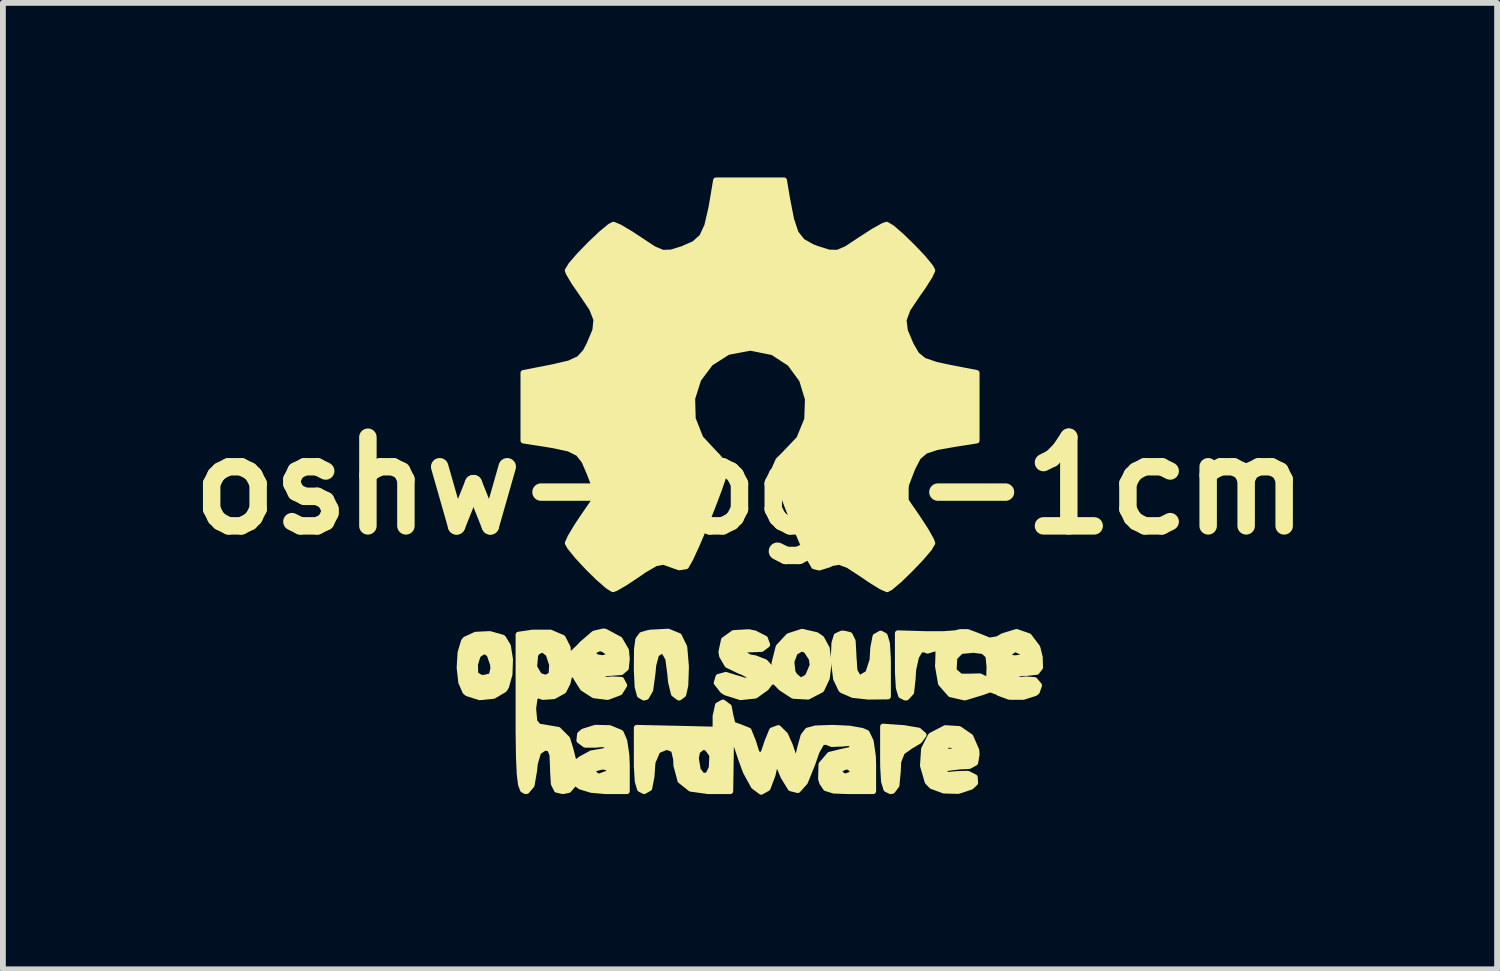
<source format=kicad_pcb>
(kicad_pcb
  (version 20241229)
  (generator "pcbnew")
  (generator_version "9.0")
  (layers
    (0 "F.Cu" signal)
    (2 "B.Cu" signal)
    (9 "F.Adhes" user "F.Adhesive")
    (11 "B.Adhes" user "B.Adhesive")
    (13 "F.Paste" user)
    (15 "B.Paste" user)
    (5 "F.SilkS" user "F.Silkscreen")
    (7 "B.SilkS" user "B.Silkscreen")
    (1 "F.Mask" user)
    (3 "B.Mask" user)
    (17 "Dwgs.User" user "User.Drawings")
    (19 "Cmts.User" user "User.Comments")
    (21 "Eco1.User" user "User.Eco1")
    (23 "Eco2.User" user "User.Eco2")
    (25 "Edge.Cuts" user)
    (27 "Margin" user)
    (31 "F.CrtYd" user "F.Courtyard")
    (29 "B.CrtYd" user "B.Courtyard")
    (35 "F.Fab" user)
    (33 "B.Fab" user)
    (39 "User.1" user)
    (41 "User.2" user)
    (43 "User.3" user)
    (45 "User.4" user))
  (footprint "oshw-logo-1cm"
    (layer "F.Cu")
    (at 9.841 5.299)
    (property "Reference" "oshw-logo-1cm" (at 0 0 0) (layer "F.SilkS") (effects (font (size 1.524 1.524) (thickness 0.3))))
    (attr through_hole)
    (fp_poly (pts (xy 2.984 4.283) (xy 2.906 4.387) (xy 2.763 4.471) (xy 2.612 4.578) (xy 2.549 4.739) (xy 2.54 4.915) (xy 2.518 5.149) (xy 2.447 5.244) (xy 2.413 5.249) (xy 2.342 5.213) (xy 2.302 5.082) (xy 2.287 4.826) (xy 2.286 4.694) (xy 2.286 4.139) (xy 2.646 4.165) (xy 2.897 4.207) (xy 2.984 4.283)) (stroke (width 0.1) (type solid)) (fill yes) (layer "F.SilkS"))
    (fp_poly (pts (xy 2.371 3.621) (xy 2.033 3.625) (xy 1.769 3.596) (xy 1.581 3.515) (xy 1.567 3.502) (xy 1.478 3.317) (xy 1.44 3.012) (xy 1.439 2.957) (xy 1.449 2.706) (xy 1.487 2.581) (xy 1.573 2.541) (xy 1.609 2.54) (xy 1.714 2.565) (xy 1.765 2.668) (xy 1.778 2.894) (xy 1.778 2.921) (xy 1.797 3.18) (xy 1.859 3.293) (xy 1.896 3.302) (xy 2.03 3.224) (xy 2.104 2.997) (xy 2.117 2.787) (xy 2.155 2.591) (xy 2.244 2.54) (xy 2.315 2.577) (xy 2.355 2.71) (xy 2.37 2.97) (xy 2.371 3.08) (xy 2.371 3.621)) (stroke (width 0.1) (type solid)) (fill yes) (layer "F.SilkS"))
    (fp_poly (pts (xy -1.101 3.13) (xy -1.111 3.429) (xy -1.147 3.589) (xy -1.215 3.64) (xy -1.223 3.641) (xy -1.309 3.576) (xy -1.359 3.37) (xy -1.371 3.239) (xy -1.406 2.973) (xy -1.474 2.851) (xy -1.524 2.836) (xy -1.612 2.894) (xy -1.662 3.082) (xy -1.677 3.239) (xy -1.714 3.509) (xy -1.784 3.63) (xy -1.825 3.641) (xy -1.895 3.599) (xy -1.933 3.455) (xy -1.947 3.178) (xy -1.947 3.1) (xy -1.944 2.807) (xy -1.921 2.642) (xy -1.862 2.563) (xy -1.749 2.53) (xy -1.702 2.523) (xy -1.406 2.507) (xy -1.222 2.582) (xy -1.129 2.772) (xy -1.101 3.1) (xy -1.101 3.13)) (stroke (width 0.1) (type solid)) (fill yes) (layer "F.SilkS"))
    (fp_poly (pts (xy -4.124 2.984) (xy -4.133 3.24) (xy -4.192 3.452) (xy -4.224 3.503) (xy -4.407 3.611) (xy -4.412 3.612) (xy -4.412 3.143) (xy -4.418 3.069) (xy -4.48 2.89) (xy -4.572 2.836) (xy -4.678 2.912) (xy -4.726 3.069) (xy -4.721 3.24) (xy -4.629 3.299) (xy -4.572 3.302) (xy -4.443 3.27) (xy -4.412 3.143) (xy -4.412 3.612) (xy -4.648 3.635) (xy -4.858 3.568) (xy -4.894 3.539) (xy -4.964 3.378) (xy -4.992 3.129) (xy -4.977 2.869) (xy -4.919 2.675) (xy -4.894 2.642) (xy -4.716 2.56) (xy -4.473 2.548) (xy -4.256 2.609) (xy -4.244 2.616) (xy -4.161 2.753) (xy -4.124 2.984)) (stroke (width 0.1) (type solid)) (fill yes) (layer "F.SilkS"))
    (fp_poly (pts (xy 3.895 4.62) (xy 3.871 4.76) (xy 3.769 4.817) (xy 3.598 4.826) (xy 3.556 4.831) (xy 3.556 4.535) (xy 3.494 4.456) (xy 3.382 4.454) (xy 3.345 4.486) (xy 3.364 4.56) (xy 3.424 4.572) (xy 3.54 4.552) (xy 3.556 4.535) (xy 3.556 4.831) (xy 3.402 4.849) (xy 3.305 4.905) (xy 3.302 4.917) (xy 3.374 4.971) (xy 3.548 4.955) (xy 3.744 4.949) (xy 3.863 5.009) (xy 3.87 5.106) (xy 3.8 5.173) (xy 3.579 5.246) (xy 3.33 5.239) (xy 3.123 5.162) (xy 3.051 5.086) (xy 2.971 4.81) (xy 2.99 4.525) (xy 3.102 4.304) (xy 3.118 4.289) (xy 3.356 4.165) (xy 3.595 4.18) (xy 3.789 4.314) (xy 3.89 4.546) (xy 3.895 4.62)) (stroke (width 0.1) (type solid)) (fill yes) (layer "F.SilkS"))
    (fp_poly (pts (xy 1.352 3.046) (xy 1.321 3.306) (xy 1.23 3.499) (xy 1.222 3.508) (xy 1.076 3.584) (xy 1.076 3.085) (xy 1.061 2.973) (xy 0.97 2.831) (xy 0.889 2.794) (xy 0.77 2.864) (xy 0.711 3.025) (xy 0.731 3.203) (xy 0.769 3.268) (xy 0.87 3.351) (xy 0.974 3.295) (xy 0.996 3.273) (xy 1.076 3.085) (xy 1.076 3.584) (xy 0.998 3.625) (xy 0.743 3.611) (xy 0.534 3.475) (xy 0.423 3.361) (xy 0.351 3.376) (xy 0.276 3.475) (xy 0.091 3.607) (xy -0.163 3.634) (xy -0.42 3.553) (xy -0.471 3.519) (xy -0.574 3.387) (xy -0.544 3.285) (xy -0.416 3.25) (xy -0.261 3.298) (xy -0.085 3.351) (xy 0.014 3.335) (xy 0.011 3.275) (xy -0.131 3.2) (xy -0.178 3.183) (xy -0.39 3.081) (xy -0.481 2.925) (xy -0.493 2.857) (xy -0.449 2.65) (xy -0.282 2.531) (xy -0.021 2.516) (xy 0.082 2.537) (xy 0.258 2.627) (xy 0.296 2.732) (xy 0.199 2.805) (xy 0.056 2.811) (xy -0.109 2.816) (xy -0.13 2.874) (xy -0.007 2.95) (xy 0.085 2.963) (xy 0.258 3.03) (xy 0.332 3.111) (xy 0.395 3.197) (xy 0.418 3.137) (xy 0.421 3.043) (xy 0.49 2.77) (xy 0.663 2.584) (xy 0.895 2.509) (xy 1.142 2.566) (xy 1.227 2.624) (xy 1.32 2.794) (xy 1.352 3.046)) (stroke (width 0.1) (type solid)) (fill yes) (layer "F.SilkS"))
    (fp_poly (pts (xy 4.986 3.122) (xy 4.926 3.199) (xy 4.756 3.218) (xy 4.707 3.218) (xy 4.707 2.946) (xy 4.693 2.882) (xy 4.674 2.862) (xy 4.558 2.804) (xy 4.47 2.862) (xy 4.429 2.938) (xy 4.531 2.963) (xy 4.572 2.963) (xy 4.707 2.946) (xy 4.707 3.218) (xy 4.683 3.219) (xy 4.486 3.234) (xy 4.454 3.276) (xy 4.476 3.293) (xy 4.653 3.336) (xy 4.741 3.327) (xy 4.892 3.339) (xy 4.968 3.43) (xy 4.93 3.541) (xy 4.9 3.564) (xy 4.696 3.629) (xy 4.457 3.628) (xy 4.274 3.561) (xy 4.259 3.548) (xy 4.128 3.499) (xy 4.115 3.504) (xy 4.115 3.122) (xy 4.115 3.111) (xy 4.096 2.921) (xy 4.007 2.842) (xy 3.839 2.821) (xy 3.624 2.841) (xy 3.521 2.944) (xy 3.512 2.969) (xy 3.5 3.177) (xy 3.618 3.28) (xy 3.78 3.279) (xy 3.952 3.275) (xy 4.029 3.313) (xy 4.083 3.378) (xy 4.108 3.322) (xy 4.115 3.122) (xy 4.115 3.504) (xy 3.994 3.548) (xy 3.691 3.64) (xy 3.444 3.584) (xy 3.281 3.397) (xy 3.229 3.097) (xy 3.233 3.04) (xy 3.238 2.836) (xy 3.198 2.782) (xy 3.169 2.799) (xy 3.05 2.835) (xy 3.014 2.817) (xy 2.93 2.812) (xy 2.855 2.938) (xy 2.806 3.156) (xy 2.795 3.323) (xy 2.77 3.551) (xy 2.691 3.638) (xy 2.667 3.641) (xy 2.596 3.604) (xy 2.556 3.473) (xy 2.541 3.216) (xy 2.54 3.088) (xy 2.54 2.535) (xy 3.036 2.55) (xy 3.318 2.55) (xy 3.532 2.534) (xy 3.614 2.514) (xy 3.739 2.514) (xy 3.927 2.584) (xy 3.928 2.585) (xy 4.115 2.66) (xy 4.257 2.636) (xy 4.346 2.584) (xy 4.58 2.512) (xy 4.792 2.585) (xy 4.939 2.779) (xy 4.98 2.944) (xy 4.986 3.122)) (stroke (width 0.1) (type solid)) (fill yes) (layer "F.SilkS"))
    (fp_poly (pts (xy 2.117 5.249) (xy 1.778 5.249) (xy 1.778 4.911) (xy 1.709 4.836) (xy 1.651 4.826) (xy 1.538 4.872) (xy 1.524 4.911) (xy 1.593 4.986) (xy 1.651 4.995) (xy 1.764 4.95) (xy 1.778 4.911) (xy 1.778 5.249) (xy 1.695 5.249) (xy 1.44 5.24) (xy 1.304 5.198) (xy 1.239 5.102) (xy 1.22 5.037) (xy 1.227 4.789) (xy 1.368 4.623) (xy 1.577 4.572) (xy 1.731 4.538) (xy 1.778 4.477) (xy 1.71 4.42) (xy 1.592 4.432) (xy 1.404 4.439) (xy 1.31 4.401) (xy 1.234 4.411) (xy 1.145 4.568) (xy 1.069 4.786) (xy 0.945 5.093) (xy 0.822 5.231) (xy 0.698 5.2) (xy 0.574 4.999) (xy 0.564 4.974) (xy 0.449 4.699) (xy 0.387 4.974) (xy 0.302 5.198) (xy 0.192 5.26) (xy 0.064 5.165) (xy -0.072 4.917) (xy -0.145 4.72) (xy -0.323 4.191) (xy -0.331 4.72) (xy -0.339 5.249) (xy -0.649 5.249) (xy -0.649 4.628) (xy -0.74 4.503) (xy -0.811 4.487) (xy -0.906 4.56) (xy -0.931 4.685) (xy -0.896 4.888) (xy -0.814 4.991) (xy -0.72 4.972) (xy -0.659 4.847) (xy -0.649 4.628) (xy -0.649 5.249) (xy -0.717 5.249) (xy -1.021 5.207) (xy -1.197 5.067) (xy -1.267 4.806) (xy -1.27 4.705) (xy -1.309 4.534) (xy -1.43 4.487) (xy -1.589 4.551) (xy -1.675 4.751) (xy -1.693 5.002) (xy -1.732 5.199) (xy -1.82 5.249) (xy -1.892 5.212) (xy -1.931 5.08) (xy -1.947 4.821) (xy -1.947 4.705) (xy -1.947 4.16) (xy -1.27 4.175) (xy -0.593 4.191) (xy -0.593 3.958) (xy -0.552 3.772) (xy -0.466 3.725) (xy -0.364 3.799) (xy -0.339 3.937) (xy -0.299 4.103) (xy -0.167 4.149) (xy -0.024 4.207) (xy 0.055 4.402) (xy 0.055 4.403) (xy 0.11 4.581) (xy 0.172 4.657) (xy 0.173 4.657) (xy 0.236 4.584) (xy 0.295 4.408) (xy 0.296 4.403) (xy 0.378 4.204) (xy 0.487 4.164) (xy 0.605 4.281) (xy 0.687 4.466) (xy 0.794 4.784) (xy 0.869 4.475) (xy 0.918 4.3) (xy 0.989 4.207) (xy 1.128 4.17) (xy 1.384 4.161) (xy 1.419 4.16) (xy 1.702 4.173) (xy 1.923 4.211) (xy 2.006 4.247) (xy 2.075 4.391) (xy 2.113 4.655) (xy 2.117 4.794) (xy 2.117 5.249)) (stroke (width 0.1) (type solid)) (fill yes) (layer "F.SilkS"))
    (fp_poly (pts (xy -2.117 5.249) (xy -2.413 5.249) (xy -2.413 4.911) (xy -2.439 4.844) (xy -2.535 4.826) (xy -2.675 4.861) (xy -2.709 4.911) (xy -2.641 4.987) (xy -2.587 4.995) (xy -2.443 4.944) (xy -2.413 4.911) (xy -2.413 5.249) (xy -2.481 5.249) (xy -2.73 5.227) (xy -2.913 5.171) (xy -2.946 5.148) (xy -3.03 5.089) (xy -3.048 5.148) (xy -3.119 5.23) (xy -3.217 5.249) (xy -3.322 5.225) (xy -3.373 5.123) (xy -3.387 4.9) (xy -3.387 4.862) (xy -3.397 4.624) (xy -3.439 4.516) (xy -3.527 4.502) (xy -3.535 4.503) (xy -3.641 4.579) (xy -3.698 4.777) (xy -3.709 4.89) (xy -3.753 5.147) (xy -3.838 5.247) (xy -3.857 5.249) (xy -3.904 5.224) (xy -3.938 5.132) (xy -3.96 4.951) (xy -3.973 4.659) (xy -3.979 4.234) (xy -3.979 3.904) (xy -3.979 2.559) (xy -3.734 2.523) (xy -3.43 2.523) (xy -3.219 2.614) (xy -3.133 2.783) (xy -3.133 2.8) (xy -3.122 2.901) (xy -3.07 2.899) (xy -2.947 2.782) (xy -2.887 2.718) (xy -2.68 2.54) (xy -2.515 2.502) (xy -2.484 2.51) (xy -2.24 2.641) (xy -2.131 2.828) (xy -2.117 2.974) (xy -2.133 3.134) (xy -2.214 3.203) (xy -2.41 3.218) (xy -2.413 3.219) (xy -2.413 2.879) (xy -2.536 2.801) (xy -2.587 2.794) (xy -2.697 2.841) (xy -2.709 2.879) (xy -2.638 2.947) (xy -2.535 2.963) (xy -2.418 2.931) (xy -2.413 2.879) (xy -2.413 3.219) (xy -2.434 3.219) (xy -2.629 3.234) (xy -2.658 3.276) (xy -2.636 3.293) (xy -2.459 3.336) (xy -2.371 3.327) (xy -2.212 3.335) (xy -2.162 3.431) (xy -2.239 3.553) (xy -2.447 3.631) (xy -2.683 3.602) (xy -2.873 3.48) (xy -2.92 3.408) (xy -3.02 3.248) (xy -3.099 3.237) (xy -3.133 3.377) (xy -3.133 3.385) (xy -3.205 3.525) (xy -3.372 3.617) (xy -3.402 3.619) (xy -3.402 3.076) (xy -3.463 2.89) (xy -3.564 2.81) (xy -3.664 2.86) (xy -3.692 2.914) (xy -3.71 3.115) (xy -3.623 3.263) (xy -3.511 3.302) (xy -3.412 3.248) (xy -3.402 3.076) (xy -3.402 3.619) (xy -3.562 3.63) (xy -3.636 3.601) (xy -3.699 3.633) (xy -3.725 3.814) (xy -3.725 3.847) (xy -3.706 4.055) (xy -3.634 4.139) (xy -3.563 4.149) (xy -3.295 4.195) (xy -3.141 4.35) (xy -3.084 4.535) (xy -3.039 4.717) (xy -2.984 4.757) (xy -2.906 4.696) (xy -2.726 4.598) (xy -2.571 4.572) (xy -2.431 4.544) (xy -2.413 4.487) (xy -2.526 4.44) (xy -2.663 4.452) (xy -2.835 4.451) (xy -2.934 4.377) (xy -2.922 4.272) (xy -2.868 4.225) (xy -2.657 4.159) (xy -2.413 4.165) (xy -2.227 4.242) (xy -2.218 4.25) (xy -2.16 4.388) (xy -2.124 4.63) (xy -2.117 4.801) (xy -2.117 5.249)) (stroke (width 0.1) (type solid)) (fill yes) (layer "F.SilkS"))
    (fp_poly (pts (xy 3.895 -0.777) (xy 3.535 -0.721) (xy 3.212 -0.664) (xy 3.012 -0.598) (xy 2.889 -0.492) (xy 2.798 -0.317) (xy 2.756 -0.212) (xy 2.613 0.164) (xy 2.873 0.542) (xy 3.018 0.764) (xy 3.112 0.93) (xy 3.133 0.986) (xy 3.077 1.08) (xy 2.936 1.245) (xy 2.751 1.439) (xy 2.565 1.619) (xy 2.416 1.745) (xy 2.356 1.778) (xy 2.255 1.733) (xy 2.067 1.617) (xy 1.918 1.515) (xy 1.688 1.365) (xy 1.535 1.308) (xy 1.409 1.329) (xy 1.356 1.354) (xy 1.19 1.406) (xy 1.1 1.384) (xy 1.032 1.267) (xy 0.925 1.036) (xy 0.796 0.734) (xy 0.664 0.407) (xy 0.545 0.098) (xy 0.459 -0.149) (xy 0.424 -0.288) (xy 0.423 -0.293) (xy 0.486 -0.436) (xy 0.576 -0.524) (xy 0.846 -0.808) (xy 0.982 -1.141) (xy 0.994 -1.49) (xy 0.893 -1.821) (xy 0.688 -2.101) (xy 0.391 -2.295) (xy 0.013 -2.371) (xy 0 -2.371) (xy -0.381 -2.299) (xy -0.68 -2.108) (xy -0.888 -1.831) (xy -0.993 -1.501) (xy -0.984 -1.152) (xy -0.852 -0.818) (xy -0.586 -0.532) (xy -0.576 -0.524) (xy -0.453 -0.385) (xy -0.423 -0.293) (xy -0.455 -0.163) (xy -0.538 0.077) (xy -0.654 0.383) (xy -0.786 0.711) (xy -0.916 1.015) (xy -1.025 1.253) (xy -1.097 1.38) (xy -1.1 1.384) (xy -1.216 1.403) (xy -1.356 1.354) (xy -1.487 1.307) (xy -1.624 1.333) (xy -1.818 1.446) (xy -1.918 1.515) (xy -2.138 1.662) (xy -2.301 1.757) (xy -2.356 1.778) (xy -2.445 1.722) (xy -2.611 1.577) (xy -2.776 1.415) (xy -2.966 1.212) (xy -3.095 1.053) (xy -3.133 0.986) (xy -3.088 0.884) (xy -2.974 0.694) (xy -2.873 0.542) (xy -2.613 0.164) (xy -2.756 -0.212) (xy -2.848 -0.426) (xy -2.952 -0.558) (xy -3.113 -0.638) (xy -3.376 -0.695) (xy -3.535 -0.721) (xy -3.895 -0.777) (xy -3.895 -1.358) (xy -3.895 -1.939) (xy -3.398 -2.036) (xy -3.11 -2.103) (xy -2.937 -2.182) (xy -2.826 -2.305) (xy -2.763 -2.425) (xy -2.66 -2.67) (xy -2.641 -2.855) (xy -2.714 -3.044) (xy -2.879 -3.289) (xy -3.024 -3.5) (xy -3.116 -3.655) (xy -3.133 -3.7) (xy -3.076 -3.795) (xy -2.934 -3.959) (xy -2.747 -4.152) (xy -2.558 -4.331) (xy -2.408 -4.455) (xy -2.347 -4.487) (xy -2.242 -4.443) (xy -2.048 -4.328) (xy -1.885 -4.22) (xy -1.656 -4.069) (xy -1.499 -4.004) (xy -1.351 -4.01) (xy -1.156 -4.071) (xy -0.957 -4.159) (xy -0.825 -4.277) (xy -0.736 -4.468) (xy -0.666 -4.771) (xy -0.638 -4.932) (xy -0.585 -5.249) (xy 0 -5.249) (xy 0.585 -5.249) (xy 0.638 -4.932) (xy 0.708 -4.573) (xy 0.786 -4.342) (xy 0.898 -4.2) (xy 1.067 -4.105) (xy 1.156 -4.071) (xy 1.358 -4.008) (xy 1.506 -4.005) (xy 1.664 -4.074) (xy 1.885 -4.22) (xy 2.112 -4.367) (xy 2.284 -4.464) (xy 2.347 -4.487) (xy 2.442 -4.431) (xy 2.606 -4.288) (xy 2.798 -4.101) (xy 2.977 -3.912) (xy 3.101 -3.761) (xy 3.133 -3.7) (xy 3.087 -3.602) (xy 2.97 -3.418) (xy 2.879 -3.289) (xy 2.709 -3.036) (xy 2.64 -2.848) (xy 2.663 -2.662) (xy 2.763 -2.425) (xy 2.861 -2.255) (xy 2.987 -2.151) (xy 3.195 -2.08) (xy 3.398 -2.036) (xy 3.895 -1.939) (xy 3.895 -1.358) (xy 3.895 -0.777)) (stroke (width 0.1) (type solid)) (fill yes) (layer "F.SilkS")))
  (gr_rect
    (start -3 -3)
    (end 22.681 13.61)
    (stroke (width 0.1) (type default))
    (fill no)
    (layer "Edge.Cuts")))
</source>
